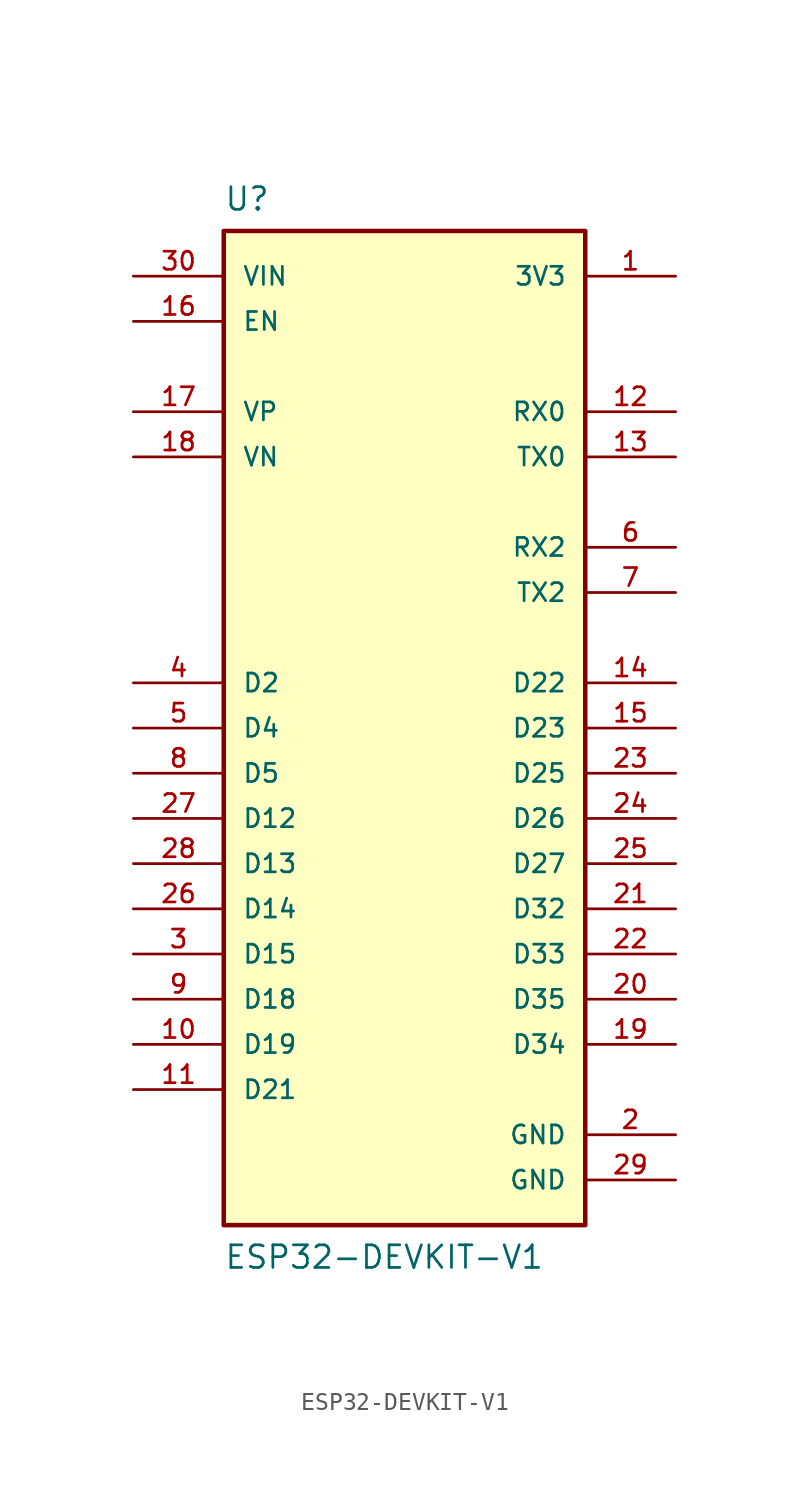
<source format=kicad_sym>
(kicad_symbol_lib
  (version 20241209)
  (generator "kicad_symbol_editor")
  (generator_version "9.0")
  (symbol "ESP32-DEVKIT-V1"
    (pin_names
      (offset 1.016))
    (property "Reference" "U"
      (at -10.16 30.48 0)
      (effects (font (size 1.27 1.27)) (justify left top)))
    (property "Value" "ESP32-DEVKIT-V1"
      (at -10.16 -30.48 0)
      (effects (font (size 1.27 1.27)) (justify left bottom)))
    (symbol "ESP32-DEVKIT-V1_0_0"
      (rectangle (start -10.16 -27.94) (end 10.16 27.94) (stroke (width 0.254) (type default)) (fill (type background)))
      (pin input line (at -15.24 25.4 0) (length 5.08) (name "VIN" (effects (font (size 1.016 1.016)))) (number "30" (effects (font (size 1.016 1.016)))))
      (pin input line (at -15.24 22.86 0) (length 5.08) (name "EN" (effects (font (size 1.016 1.016)))) (number "16" (effects (font (size 1.016 1.016)))))
      (pin bidirectional line (at -15.24 17.78 0) (length 5.08) (name "VP" (effects (font (size 1.016 1.016)))) (number "17" (effects (font (size 1.016 1.016)))))
      (pin bidirectional line (at -15.24 15.24 0) (length 5.08) (name "VN" (effects (font (size 1.016 1.016)))) (number "18" (effects (font (size 1.016 1.016)))))
      (pin bidirectional line (at -15.24 2.54 0) (length 5.08) (name "D2" (effects (font (size 1.016 1.016)))) (number "4" (effects (font (size 1.016 1.016)))))
      (pin bidirectional line (at -15.24 0 0) (length 5.08) (name "D4" (effects (font (size 1.016 1.016)))) (number "5" (effects (font (size 1.016 1.016)))))
      (pin bidirectional line (at -15.24 -2.54 0) (length 5.08) (name "D5" (effects (font (size 1.016 1.016)))) (number "8" (effects (font (size 1.016 1.016)))))
      (pin bidirectional line (at -15.24 -5.08 0) (length 5.08) (name "D12" (effects (font (size 1.016 1.016)))) (number "27" (effects (font (size 1.016 1.016)))))
      (pin bidirectional line (at -15.24 -7.62 0) (length 5.08) (name "D13" (effects (font (size 1.016 1.016)))) (number "28" (effects (font (size 1.016 1.016)))))
      (pin bidirectional line (at -15.24 -10.16 0) (length 5.08) (name "D14" (effects (font (size 1.016 1.016)))) (number "26" (effects (font (size 1.016 1.016)))))
      (pin bidirectional line (at -15.24 -12.7 0) (length 5.08) (name "D15" (effects (font (size 1.016 1.016)))) (number "3" (effects (font (size 1.016 1.016)))))
      (pin bidirectional line (at -15.24 -15.24 0) (length 5.08) (name "D18" (effects (font (size 1.016 1.016)))) (number "9" (effects (font (size 1.016 1.016)))))
      (pin bidirectional line (at -15.24 -17.78 0) (length 5.08) (name "D19" (effects (font (size 1.016 1.016)))) (number "10" (effects (font (size 1.016 1.016)))))
      (pin bidirectional line (at -15.24 -20.32 0) (length 5.08) (name "D21" (effects (font (size 1.016 1.016)))) (number "11" (effects (font (size 1.016 1.016)))))
      (pin output line (at 15.24 25.4 180) (length 5.08) (name "3V3" (effects (font (size 1.016 1.016)))) (number "1" (effects (font (size 1.016 1.016)))))
      (pin input line (at 15.24 17.78 180) (length 5.08) (name "RX0" (effects (font (size 1.016 1.016)))) (number "12" (effects (font (size 1.016 1.016)))))
      (pin output line (at 15.24 15.24 180) (length 5.08) (name "TX0" (effects (font (size 1.016 1.016)))) (number "13" (effects (font (size 1.016 1.016)))))
      (pin input line (at 15.24 10.16 180) (length 5.08) (name "RX2" (effects (font (size 1.016 1.016)))) (number "6" (effects (font (size 1.016 1.016)))))
      (pin output line (at 15.24 7.62 180) (length 5.08) (name "TX2" (effects (font (size 1.016 1.016)))) (number "7" (effects (font (size 1.016 1.016)))))
      (pin bidirectional line (at 15.24 2.54 180) (length 5.08) (name "D22" (effects (font (size 1.016 1.016)))) (number "14" (effects (font (size 1.016 1.016)))))
      (pin bidirectional line (at 15.24 0 180) (length 5.08) (name "D23" (effects (font (size 1.016 1.016)))) (number "15" (effects (font (size 1.016 1.016)))))
      (pin bidirectional line (at 15.24 -2.54 180) (length 5.08) (name "D25" (effects (font (size 1.016 1.016)))) (number "23" (effects (font (size 1.016 1.016)))))
      (pin bidirectional line (at 15.24 -5.08 180) (length 5.08) (name "D26" (effects (font (size 1.016 1.016)))) (number "24" (effects (font (size 1.016 1.016)))))
      (pin bidirectional line (at 15.24 -7.62 180) (length 5.08) (name "D27" (effects (font (size 1.016 1.016)))) (number "25" (effects (font (size 1.016 1.016)))))
      (pin bidirectional line (at 15.24 -10.16 180) (length 5.08) (name "D32" (effects (font (size 1.016 1.016)))) (number "21" (effects (font (size 1.016 1.016)))))
      (pin bidirectional line (at 15.24 -12.7 180) (length 5.08) (name "D33" (effects (font (size 1.016 1.016)))) (number "22" (effects (font (size 1.016 1.016)))))
      (pin bidirectional line (at 15.24 -15.24 180) (length 5.08) (name "D35" (effects (font (size 1.016 1.016)))) (number "20" (effects (font (size 1.016 1.016)))))
      (pin bidirectional line (at 15.24 -17.78 180) (length 5.08) (name "D34" (effects (font (size 1.016 1.016)))) (number "19" (effects (font (size 1.016 1.016)))))
      (pin power_in line (at 15.24 -22.86 180) (length 5.08) (name "GND" (effects (font (size 1.016 1.016)))) (number "2" (effects (font (size 1.016 1.016)))))
      (pin power_in line (at 15.24 -25.4 180) (length 5.08) (name "GND" (effects (font (size 1.016 1.016)))) (number "29" (effects (font (size 1.016 1.016))))))))
</source>
